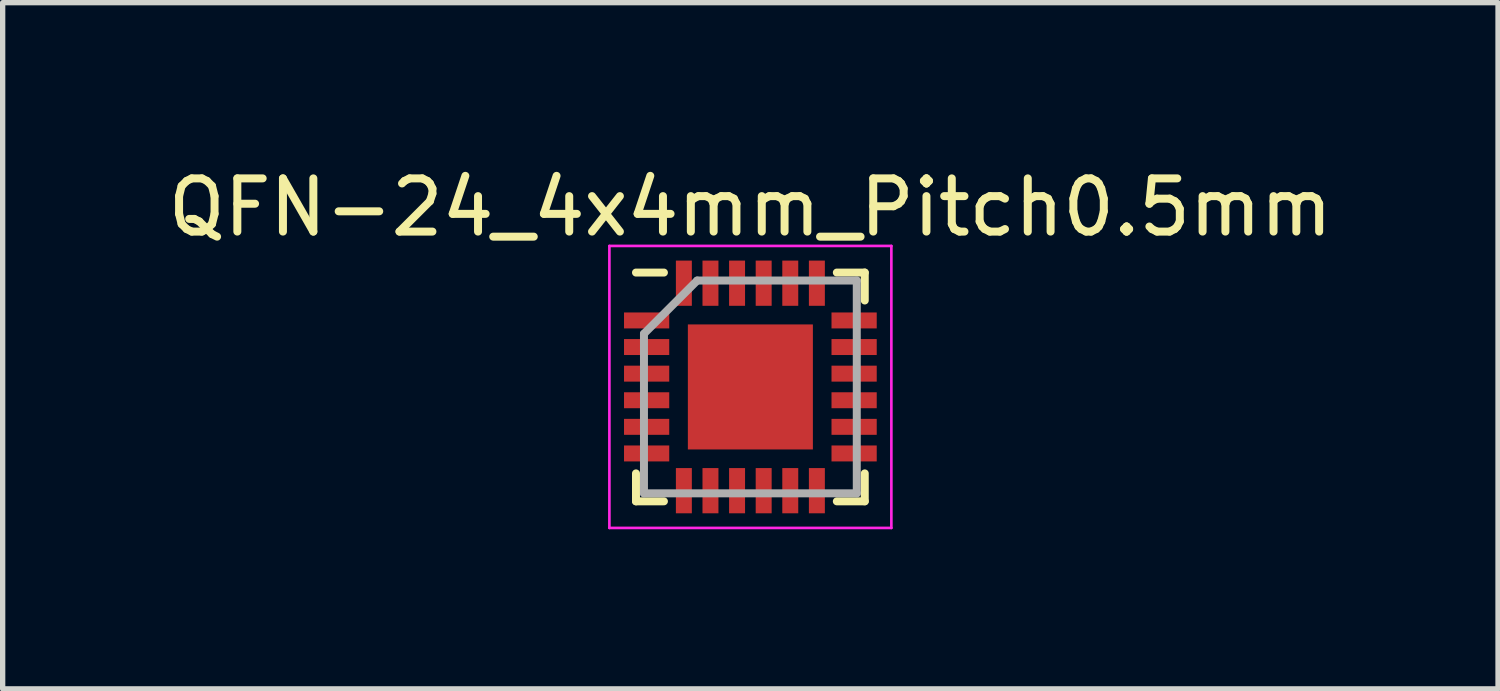
<source format=kicad_pcb>
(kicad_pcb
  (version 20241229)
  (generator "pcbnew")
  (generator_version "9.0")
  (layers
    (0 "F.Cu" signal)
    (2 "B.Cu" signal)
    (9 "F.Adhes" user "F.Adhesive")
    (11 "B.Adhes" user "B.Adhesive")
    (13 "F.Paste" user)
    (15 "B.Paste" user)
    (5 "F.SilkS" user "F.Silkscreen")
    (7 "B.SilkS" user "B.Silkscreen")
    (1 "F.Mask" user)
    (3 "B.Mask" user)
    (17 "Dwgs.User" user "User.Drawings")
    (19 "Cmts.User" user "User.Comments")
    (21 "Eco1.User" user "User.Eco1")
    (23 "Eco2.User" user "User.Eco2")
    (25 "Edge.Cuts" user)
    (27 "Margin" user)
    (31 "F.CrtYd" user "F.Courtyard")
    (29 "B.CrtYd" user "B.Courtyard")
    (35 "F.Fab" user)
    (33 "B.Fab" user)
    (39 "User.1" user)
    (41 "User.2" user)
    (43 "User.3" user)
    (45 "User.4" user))
  (footprint "QFN-24_4x4mm_Pitch0.5mm"
    (placed yes)
    (layer "F.Cu")
    (at 11.054 4.223)
    (property "Reference" "QFN-24_4x4mm_Pitch0.5mm" (at 0 -3.375 0) (layer "F.SilkS") (effects (font (size 1 1) (thickness 0.15))))
    (attr smd)
    (fp_line (start -2.15 -2.15) (end -1.625 -2.15) (stroke (width 0.15) (type solid)) (layer "F.SilkS"))
    (fp_line (start -2.15 2.15) (end -2.15 1.625) (stroke (width 0.15) (type solid)) (layer "F.SilkS"))
    (fp_line (start -2.15 2.15) (end -1.625 2.15) (stroke (width 0.15) (type solid)) (layer "F.SilkS"))
    (fp_line (start 2.15 -2.15) (end 1.625 -2.15) (stroke (width 0.15) (type solid)) (layer "F.SilkS"))
    (fp_line (start 2.15 -2.15) (end 2.15 -1.625) (stroke (width 0.15) (type solid)) (layer "F.SilkS"))
    (fp_line (start 2.15 2.15) (end 1.625 2.15) (stroke (width 0.15) (type solid)) (layer "F.SilkS"))
    (fp_line (start 2.15 2.15) (end 2.15 1.625) (stroke (width 0.15) (type solid)) (layer "F.SilkS"))
    (fp_line (start -2.65 -2.65) (end -2.65 2.65) (stroke (width 0.05) (type solid)) (layer "F.CrtYd"))
    (fp_line (start -2.65 -2.65) (end 2.65 -2.65) (stroke (width 0.05) (type solid)) (layer "F.CrtYd"))
    (fp_line (start -2.65 2.65) (end 2.65 2.65) (stroke (width 0.05) (type solid)) (layer "F.CrtYd"))
    (fp_line (start 2.65 -2.65) (end 2.65 2.65) (stroke (width 0.05) (type solid)) (layer "F.CrtYd"))
    (fp_line (start -2 -1) (end -1 -2) (stroke (width 0.15) (type solid)) (layer "F.Fab"))
    (fp_line (start -2 2) (end -2 -1) (stroke (width 0.15) (type solid)) (layer "F.Fab"))
    (fp_line (start -1 -2) (end 2 -2) (stroke (width 0.15) (type solid)) (layer "F.Fab"))
    (fp_line (start 2 -2) (end 2 2) (stroke (width 0.15) (type solid)) (layer "F.Fab"))
    (fp_line (start 2 2) (end -2 2) (stroke (width 0.15) (type solid)) (layer "F.Fab"))
    (pad "1" smd rect (at -1.95 -1.25) (size 0.85 0.3) (layers "F.Cu" "F.Mask" "F.Paste"))
    (pad "2" smd rect (at -1.95 -0.75) (size 0.85 0.3) (layers "F.Cu" "F.Mask" "F.Paste"))
    (pad "3" smd rect (at -1.95 -0.25) (size 0.85 0.3) (layers "F.Cu" "F.Mask" "F.Paste"))
    (pad "4" smd rect (at -1.95 0.25) (size 0.85 0.3) (layers "F.Cu" "F.Mask" "F.Paste"))
    (pad "5" smd rect (at -1.95 0.75) (size 0.85 0.3) (layers "F.Cu" "F.Mask" "F.Paste"))
    (pad "6" smd rect (at -1.95 1.25) (size 0.85 0.3) (layers "F.Cu" "F.Mask" "F.Paste"))
    (pad "7" smd rect (at -1.25 1.95 90) (size 0.85 0.3) (layers "F.Cu" "F.Mask" "F.Paste"))
    (pad "8" smd rect (at -0.75 1.95 90) (size 0.85 0.3) (layers "F.Cu" "F.Mask" "F.Paste"))
    (pad "9" smd rect (at -0.25 1.95 90) (size 0.85 0.3) (layers "F.Cu" "F.Mask" "F.Paste"))
    (pad "10" smd rect (at 0.25 1.95 90) (size 0.85 0.3) (layers "F.Cu" "F.Mask" "F.Paste"))
    (pad "11" smd rect (at 0.75 1.95 90) (size 0.85 0.3) (layers "F.Cu" "F.Mask" "F.Paste"))
    (pad "12" smd rect (at 1.25 1.95 90) (size 0.85 0.3) (layers "F.Cu" "F.Mask" "F.Paste"))
    (pad "13" smd rect (at 1.95 1.25) (size 0.85 0.3) (layers "F.Cu" "F.Mask" "F.Paste"))
    (pad "14" smd rect (at 1.95 0.75) (size 0.85 0.3) (layers "F.Cu" "F.Mask" "F.Paste"))
    (pad "15" smd rect (at 1.95 0.25) (size 0.85 0.3) (layers "F.Cu" "F.Mask" "F.Paste"))
    (pad "16" smd rect (at 1.95 -0.25) (size 0.85 0.3) (layers "F.Cu" "F.Mask" "F.Paste"))
    (pad "17" smd rect (at 1.95 -0.75) (size 0.85 0.3) (layers "F.Cu" "F.Mask" "F.Paste"))
    (pad "18" smd rect (at 1.95 -1.25) (size 0.85 0.3) (layers "F.Cu" "F.Mask" "F.Paste"))
    (pad "19" smd rect (at 1.25 -1.95 90) (size 0.85 0.3) (layers "F.Cu" "F.Mask" "F.Paste"))
    (pad "20" smd rect (at 0.75 -1.95 90) (size 0.85 0.3) (layers "F.Cu" "F.Mask" "F.Paste"))
    (pad "21" smd rect (at 0.25 -1.95 90) (size 0.85 0.3) (layers "F.Cu" "F.Mask" "F.Paste"))
    (pad "22" smd rect (at -0.25 -1.95 90) (size 0.85 0.3) (layers "F.Cu" "F.Mask" "F.Paste"))
    (pad "23" smd rect (at -0.75 -1.95 90) (size 0.85 0.3) (layers "F.Cu" "F.Mask" "F.Paste"))
    (pad "24" smd rect (at -1.25 -1.95 90) (size 0.85 0.3) (layers "F.Cu" "F.Mask" "F.Paste"))
    (pad "25" smd rect (at 0 0) (size 2.35 2.35) (layers "F.Cu" "F.Mask" "F.Paste")))
  (gr_rect
    (start -3 -3)
    (end 25.107 9.898)
    (stroke (width 0.1) (type default))
    (fill no)
    (layer "Edge.Cuts")))
</source>
